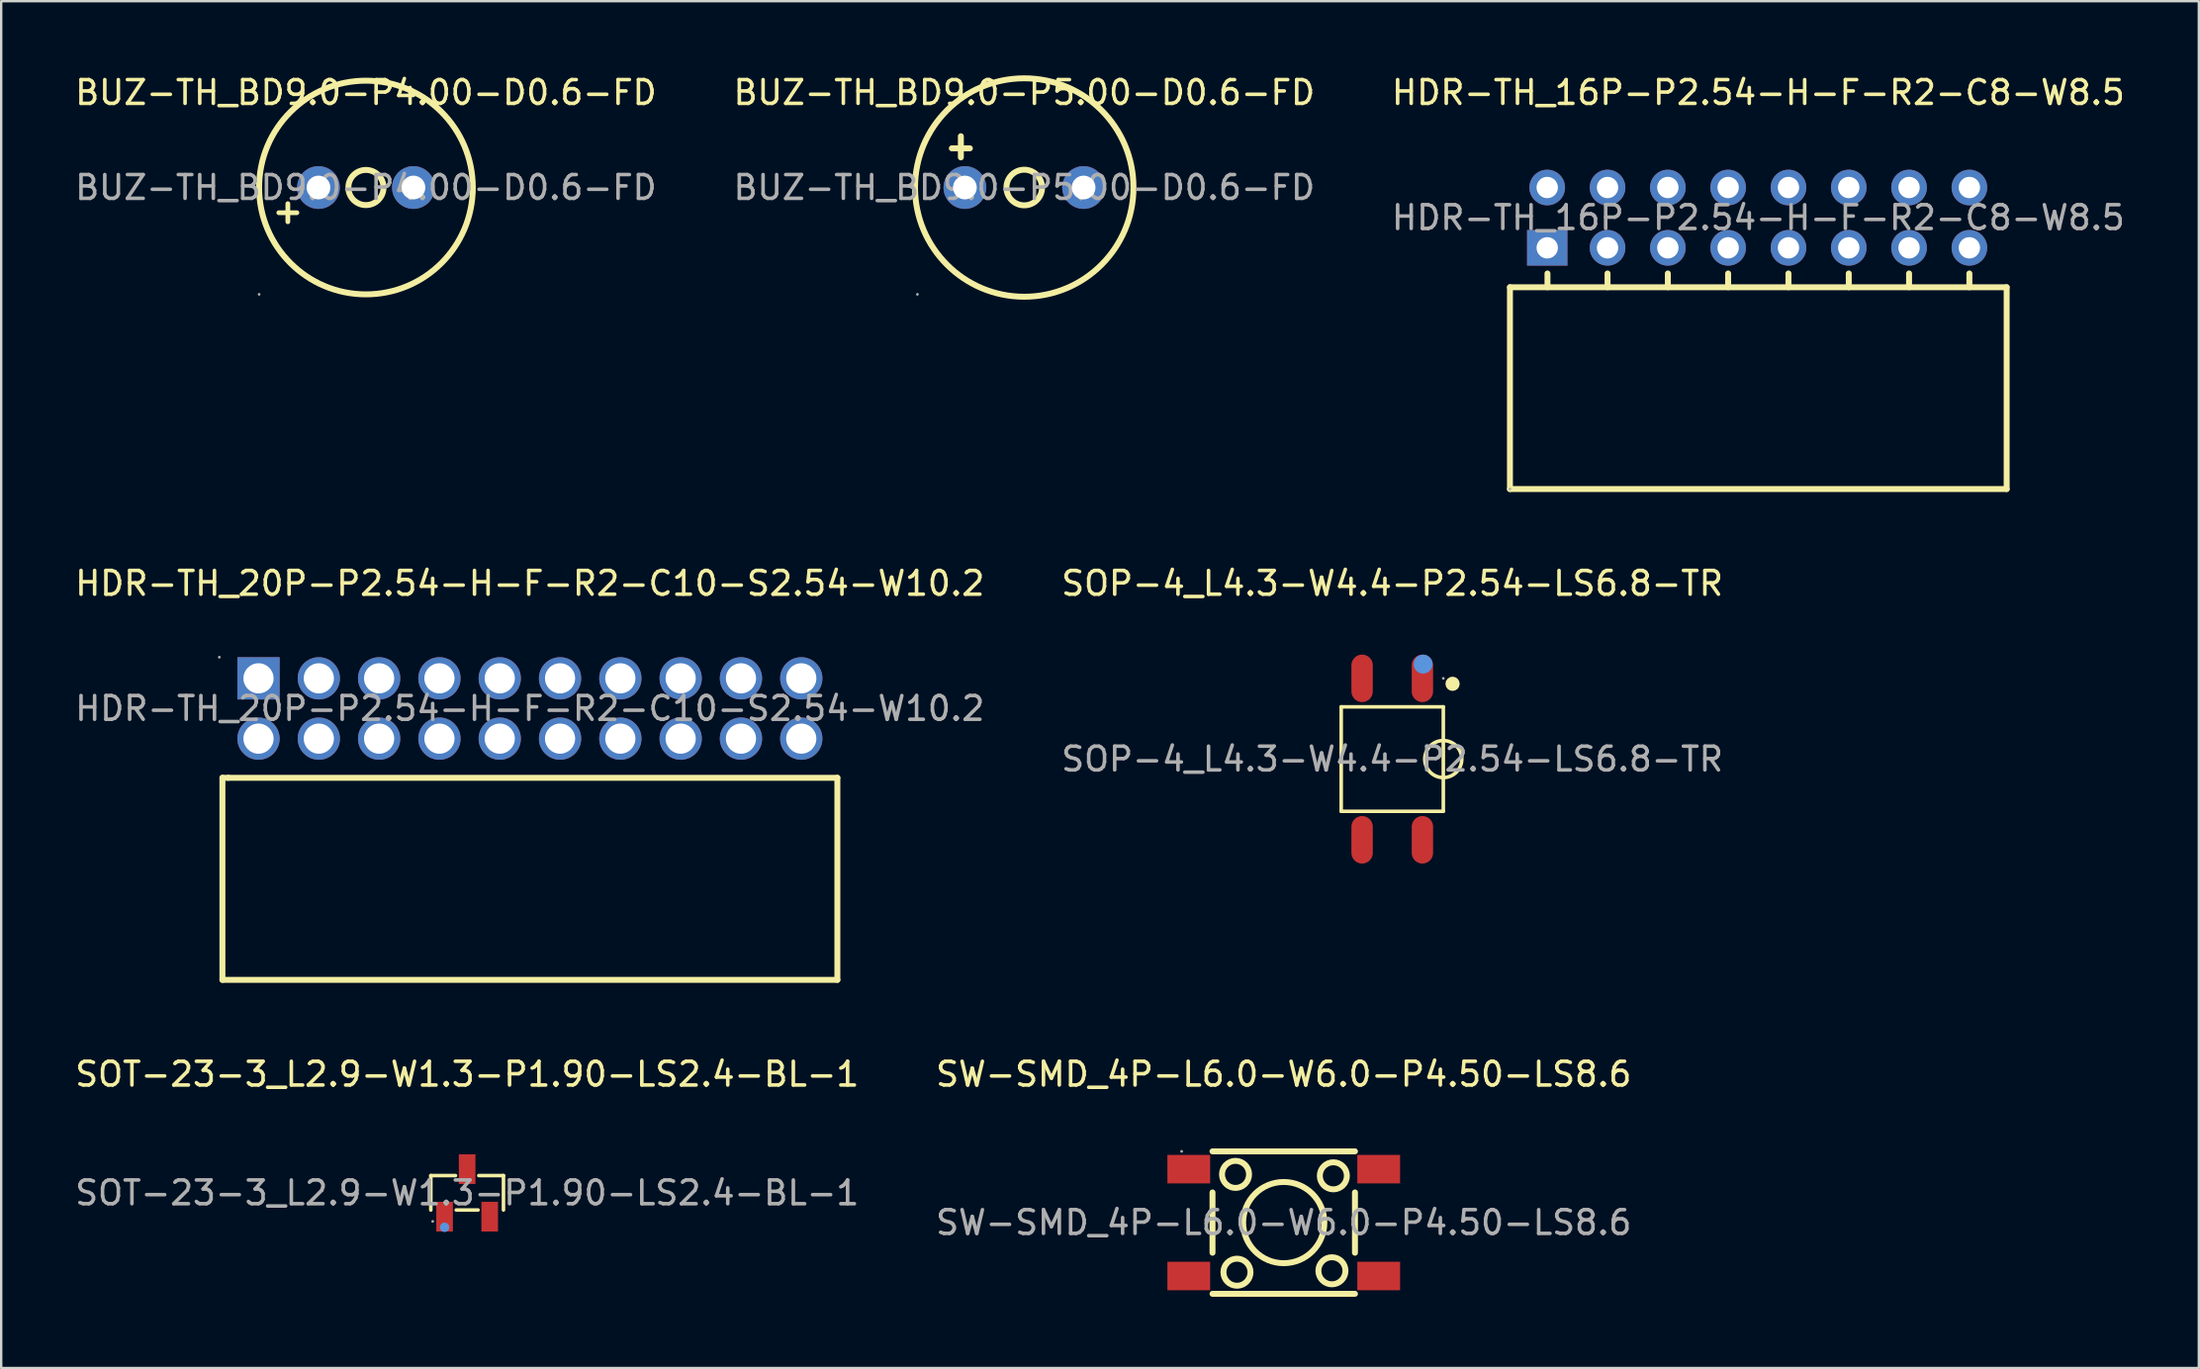
<source format=kicad_pcb>
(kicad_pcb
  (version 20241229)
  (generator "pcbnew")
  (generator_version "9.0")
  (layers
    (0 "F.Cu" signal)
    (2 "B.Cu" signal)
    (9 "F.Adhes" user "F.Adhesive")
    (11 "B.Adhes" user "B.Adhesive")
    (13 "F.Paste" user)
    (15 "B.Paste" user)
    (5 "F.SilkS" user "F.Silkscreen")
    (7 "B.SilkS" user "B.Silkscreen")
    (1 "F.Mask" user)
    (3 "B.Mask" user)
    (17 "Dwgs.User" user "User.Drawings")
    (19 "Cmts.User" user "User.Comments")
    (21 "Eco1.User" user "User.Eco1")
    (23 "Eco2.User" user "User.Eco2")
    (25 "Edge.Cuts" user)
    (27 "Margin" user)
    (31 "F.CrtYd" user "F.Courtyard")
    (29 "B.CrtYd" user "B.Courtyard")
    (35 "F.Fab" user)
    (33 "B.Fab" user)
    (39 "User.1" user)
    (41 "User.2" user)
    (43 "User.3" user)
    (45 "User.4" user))
  (footprint "SOT-23-3_L2.9-W1.3-P1.90-LS2.4-BL-1"
    (layer "F.Cu")
    (at 16.625 47.195)
    (property "Reference" "SOT-23-3_L2.9-W1.3-P1.90-LS2.4-BL-1" (at 0 -5 0) (layer "F.SilkS") (effects (font (size 1 1) (thickness 0.15))))
    (attr smd)
    (fp_line (start -1.53 -0.73) (end -0.49 -0.73) (stroke (width 0.15) (type solid)) (layer "F.SilkS"))
    (fp_line (start -1.53 0.72) (end -1.53 -0.73) (stroke (width 0.15) (type solid)) (layer "F.SilkS"))
    (fp_line (start 0.46 0.72) (end -0.46 0.72) (stroke (width 0.15) (type solid)) (layer "F.SilkS"))
    (fp_line (start 1.53 -0.73) (end 0.49 -0.73) (stroke (width 0.15) (type solid)) (layer "F.SilkS"))
    (fp_line (start 1.53 0.72) (end 1.53 -0.73) (stroke (width 0.15) (type solid)) (layer "F.SilkS"))
    (fp_circle (center -0.95 1.45) (end -0.85 1.45) (stroke (width 0.2) (type solid)) (fill no) (layer "Cmts.User"))
    (fp_circle (center -1.45 1.2) (end -1.42 1.2) (stroke (width 0.06) (type solid)) (fill no) (layer "F.Fab"))
    (fp_text user "${REFERENCE}" (at 0 0 0) (layer "F.Fab") (effects (font (size 1 1) (thickness 0.15))))
    (pad "1" smd rect (at -0.95 1 270) (size 1.25 0.7) (layers "F.Cu" "F.Mask" "F.Paste"))
    (pad "2" smd rect (at 0.95 1 270) (size 1.25 0.7) (layers "F.Cu" "F.Mask" "F.Paste"))
    (pad "3" smd rect (at 0 -1 270) (size 1.25 0.7) (layers "F.Cu" "F.Mask" "F.Paste")))
  (footprint "SOP-4_L4.3-W4.4-P2.54-LS6.8-TR"
    (layer "F.Cu")
    (at 55.589 28.922)
    (property "Reference" "SOP-4_L4.3-W4.4-P2.54-LS6.8-TR" (at 0 -7.4 0) (layer "F.SilkS") (effects (font (size 1 1) (thickness 0.15))))
    (attr smd)
    (fp_line (start -2.15 -2.2) (end 2.15 -2.2) (stroke (width 0.15) (type solid)) (layer "F.SilkS"))
    (fp_line (start -2.15 2.2) (end -2.15 -2.2) (stroke (width 0.15) (type solid)) (layer "F.SilkS"))
    (fp_line (start 2.15 -2.2) (end 2.15 2.2) (stroke (width 0.15) (type solid)) (layer "F.SilkS"))
    (fp_line (start 2.15 2.2) (end -2.15 2.2) (stroke (width 0.15) (type solid)) (layer "F.SilkS"))
    (fp_arc (start 2.136387 0.779881) (mid 2.156807 -0.77997) (end 2.15 0.78) (stroke (width 0.15) (type solid)) (layer "F.SilkS"))
    (fp_arc (start 2.54 -3.17) (mid 2.54 -3.17) (end 2.54 -3.17) (stroke (width 0.3) (type solid)) (layer "F.SilkS"))
    (fp_circle (center 1.3 -4) (end 1.5 -4) (stroke (width 0.4) (type solid)) (fill no) (layer "Cmts.User"))
    (fp_circle (center 2.15 -3.4) (end 2.18 -3.4) (stroke (width 0.06) (type solid)) (fill no) (layer "F.Fab"))
    (fp_text user "${REFERENCE}" (at 0 0 0) (layer "F.Fab") (effects (font (size 1 1) (thickness 0.15))))
    (pad "1" smd oval (at 1.27 -3.4) (size 0.9 2) (layers "F.Cu" "F.Mask" "F.Paste"))
    (pad "2" smd oval (at -1.27 -3.4) (size 0.9 2) (layers "F.Cu" "F.Mask" "F.Paste"))
    (pad "3" smd oval (at -1.27 3.4) (size 0.9 2) (layers "F.Cu" "F.Mask" "F.Paste"))
    (pad "4" smd oval (at 1.27 3.4) (size 0.9 2) (layers "F.Cu" "F.Mask" "F.Paste")))
  (footprint "BUZ-TH_BD9.0-P5.00-D0.6-FD"
    (layer "F.Cu")
    (at 40.089 4.848)
    (property "Reference" "BUZ-TH_BD9.0-P5.00-D0.6-FD" (at 0 -4 0) (layer "F.SilkS") (effects (font (size 1 1) (thickness 0.15))))
    (attr through_hole)
    (fp_line (start -3.05 -1.65) (end -2.29 -1.65) (stroke (width 0.25) (type solid)) (layer "F.SilkS"))
    (fp_line (start -2.67 -2.16) (end -2.67 -1.27) (stroke (width 0.25) (type solid)) (layer "F.SilkS"))
    (fp_circle (center 0 0) (end 0.75 0) (stroke (width 0.25) (type solid)) (fill no) (layer "F.SilkS"))
    (fp_circle (center 0 0) (end 4.6 0) (stroke (width 0.25) (type solid)) (fill no) (layer "F.SilkS"))
    (fp_circle (center -4.5 4.5) (end -4.47 4.5) (stroke (width 0.06) (type solid)) (fill no) (layer "F.Fab"))
    (fp_circle (center -2.5 0) (end -2.35 0) (stroke (width 0.3) (type solid)) (fill no) (layer "F.Fab"))
    (fp_circle (center 2.5 0) (end 2.65 0) (stroke (width 0.3) (type solid)) (fill no) (layer "F.Fab"))
    (fp_text user "${REFERENCE}" (at 0 0 0) (layer "F.Fab") (effects (font (size 1 1) (thickness 0.15))))
    (pad "1" thru_hole circle (at -2.5 0) (size 1.8 1.8) (drill 1) (layers "*.Cu" "*.Mask"))
    (pad "2" thru_hole circle (at 2.5 0) (size 1.8 1.8) (drill 1) (layers "*.Cu" "*.Mask")))
  (footprint "BUZ-TH_BD9.0-P4.00-D0.6-FD"
    (layer "F.Cu")
    (at 12.363 4.848)
    (property "Reference" "BUZ-TH_BD9.0-P4.00-D0.6-FD" (at 0 -4 0) (layer "F.SilkS") (effects (font (size 1 1) (thickness 0.15))))
    (attr through_hole)
    (fp_circle (center 0 0) (end 0.74 0) (stroke (width 0.25) (type solid)) (fill no) (layer "F.SilkS"))
    (fp_circle (center 0 0) (end 4.5 0) (stroke (width 0.25) (type solid)) (fill no) (layer "F.SilkS"))
    (fp_circle (center -4.5 4.5) (end -4.47 4.5) (stroke (width 0.06) (type solid)) (fill no) (layer "F.Fab"))
    (fp_circle (center -2 0) (end -1.85 0) (stroke (width 0.3) (type solid)) (fill no) (layer "F.Fab"))
    (fp_circle (center 2 0) (end 2.15 0) (stroke (width 0.3) (type solid)) (fill no) (layer "F.Fab"))
    (fp_text user "+" (at -4.04 0.99 0) (layer "F.SilkS") (effects (font (size 1 1) (thickness 0.2)) (justify left)))
    (fp_text user "${REFERENCE}" (at 0 0 0) (layer "F.Fab") (effects (font (size 1 1) (thickness 0.15))))
    (pad "1" thru_hole circle (at -2 0) (size 1.8 1.8) (drill 1) (layers "*.Cu" "*.Mask"))
    (pad "2" thru_hole circle (at 2 0) (size 1.8 1.8) (drill 1) (layers "*.Cu" "*.Mask")))
  (footprint "HDR-TH_20P-P2.54-H-F-R2-C10-S2.54-W10.2"
    (layer "F.Cu")
    (at 19.268 26.791)
    (property "Reference" "HDR-TH_20P-P2.54-H-F-R2-C10-S2.54-W10.2" (at 0 -5.27 0) (layer "F.SilkS") (effects (font (size 1 1) (thickness 0.15))))
    (attr through_hole)
    (fp_line (start -12.95 2.92) (end -12.7 2.92) (stroke (width 0.25) (type solid)) (layer "F.SilkS"))
    (fp_line (start -12.95 11.43) (end -12.95 2.92) (stroke (width 0.25) (type solid)) (layer "F.SilkS"))
    (fp_line (start -12.7 2.92) (end 12.95 2.92) (stroke (width 0.25) (type solid)) (layer "F.SilkS"))
    (fp_line (start 12.95 2.92) (end 12.95 11.43) (stroke (width 0.25) (type solid)) (layer "F.SilkS"))
    (fp_line (start 12.95 11.43) (end -12.95 11.43) (stroke (width 0.25) (type solid)) (layer "F.SilkS"))
    (fp_circle (center -13.08 -2.16) (end -13.05 -2.16) (stroke (width 0.06) (type solid)) (fill no) (layer "F.Fab"))
    (fp_circle (center -11.43 -1.27) (end -11.16 -1.27) (stroke (width 0.54) (type solid)) (fill no) (layer "F.Fab"))
    (fp_circle (center -11.43 1.27) (end -11.16 1.27) (stroke (width 0.54) (type solid)) (fill no) (layer "F.Fab"))
    (fp_circle (center -8.89 -1.27) (end -8.62 -1.27) (stroke (width 0.54) (type solid)) (fill no) (layer "F.Fab"))
    (fp_circle (center -8.89 1.27) (end -8.62 1.27) (stroke (width 0.54) (type solid)) (fill no) (layer "F.Fab"))
    (fp_circle (center -6.35 -1.27) (end -6.08 -1.27) (stroke (width 0.54) (type solid)) (fill no) (layer "F.Fab"))
    (fp_circle (center -6.35 1.27) (end -6.08 1.27) (stroke (width 0.54) (type solid)) (fill no) (layer "F.Fab"))
    (fp_circle (center -3.81 -1.27) (end -3.54 -1.27) (stroke (width 0.54) (type solid)) (fill no) (layer "F.Fab"))
    (fp_circle (center -3.81 1.27) (end -3.54 1.27) (stroke (width 0.54) (type solid)) (fill no) (layer "F.Fab"))
    (fp_circle (center -1.27 -1.27) (end -1 -1.27) (stroke (width 0.54) (type solid)) (fill no) (layer "F.Fab"))
    (fp_circle (center -1.27 1.27) (end -1 1.27) (stroke (width 0.54) (type solid)) (fill no) (layer "F.Fab"))
    (fp_circle (center 1.27 -1.27) (end 1.54 -1.27) (stroke (width 0.54) (type solid)) (fill no) (layer "F.Fab"))
    (fp_circle (center 1.27 1.27) (end 1.54 1.27) (stroke (width 0.54) (type solid)) (fill no) (layer "F.Fab"))
    (fp_circle (center 3.81 -1.27) (end 4.08 -1.27) (stroke (width 0.54) (type solid)) (fill no) (layer "F.Fab"))
    (fp_circle (center 3.81 1.27) (end 4.08 1.27) (stroke (width 0.54) (type solid)) (fill no) (layer "F.Fab"))
    (fp_circle (center 6.35 -1.27) (end 6.62 -1.27) (stroke (width 0.54) (type solid)) (fill no) (layer "F.Fab"))
    (fp_circle (center 6.35 1.27) (end 6.62 1.27) (stroke (width 0.54) (type solid)) (fill no) (layer "F.Fab"))
    (fp_circle (center 8.89 -1.27) (end 9.16 -1.27) (stroke (width 0.54) (type solid)) (fill no) (layer "F.Fab"))
    (fp_circle (center 8.89 1.27) (end 9.16 1.27) (stroke (width 0.54) (type solid)) (fill no) (layer "F.Fab"))
    (fp_circle (center 11.43 -1.27) (end 11.7 -1.27) (stroke (width 0.54) (type solid)) (fill no) (layer "F.Fab"))
    (fp_circle (center 11.43 1.27) (end 11.7 1.27) (stroke (width 0.54) (type solid)) (fill no) (layer "F.Fab"))
    (fp_text user "${REFERENCE}" (at 0 0 0) (layer "F.Fab") (effects (font (size 1 1) (thickness 0.15))))
    (pad "1" thru_hole rect (at -11.43 -1.27) (size 1.78 1.78) (drill 1.27) (layers "*.Cu" "*.Mask"))
    (pad "2" thru_hole circle (at -11.43 1.27) (size 1.78 1.78) (drill 1.27) (layers "*.Cu" "*.Mask"))
    (pad "3" thru_hole circle (at -8.89 -1.27) (size 1.78 1.78) (drill 1.27) (layers "*.Cu" "*.Mask"))
    (pad "4" thru_hole circle (at -8.89 1.27) (size 1.78 1.78) (drill 1.27) (layers "*.Cu" "*.Mask"))
    (pad "5" thru_hole circle (at -6.35 -1.27) (size 1.78 1.78) (drill 1.27) (layers "*.Cu" "*.Mask"))
    (pad "6" thru_hole circle (at -6.35 1.27) (size 1.78 1.78) (drill 1.27) (layers "*.Cu" "*.Mask"))
    (pad "7" thru_hole circle (at -3.81 -1.27) (size 1.78 1.78) (drill 1.27) (layers "*.Cu" "*.Mask"))
    (pad "8" thru_hole circle (at -3.81 1.27) (size 1.78 1.78) (drill 1.27) (layers "*.Cu" "*.Mask"))
    (pad "9" thru_hole circle (at -1.27 -1.27) (size 1.78 1.78) (drill 1.27) (layers "*.Cu" "*.Mask"))
    (pad "10" thru_hole circle (at -1.27 1.27) (size 1.78 1.78) (drill 1.27) (layers "*.Cu" "*.Mask"))
    (pad "11" thru_hole circle (at 1.27 -1.27) (size 1.78 1.78) (drill 1.27) (layers "*.Cu" "*.Mask"))
    (pad "12" thru_hole circle (at 1.27 1.27) (size 1.78 1.78) (drill 1.27) (layers "*.Cu" "*.Mask"))
    (pad "13" thru_hole circle (at 3.81 -1.27) (size 1.78 1.78) (drill 1.27) (layers "*.Cu" "*.Mask"))
    (pad "14" thru_hole circle (at 3.81 1.27) (size 1.78 1.78) (drill 1.27) (layers "*.Cu" "*.Mask"))
    (pad "15" thru_hole circle (at 6.35 -1.27) (size 1.78 1.78) (drill 1.27) (layers "*.Cu" "*.Mask"))
    (pad "16" thru_hole circle (at 6.35 1.27) (size 1.78 1.78) (drill 1.27) (layers "*.Cu" "*.Mask"))
    (pad "17" thru_hole circle (at 8.89 -1.27) (size 1.78 1.78) (drill 1.27) (layers "*.Cu" "*.Mask"))
    (pad "18" thru_hole circle (at 8.89 1.27) (size 1.78 1.78) (drill 1.27) (layers "*.Cu" "*.Mask"))
    (pad "19" thru_hole circle (at 11.43 -1.27) (size 1.78 1.78) (drill 1.27) (layers "*.Cu" "*.Mask"))
    (pad "20" thru_hole circle (at 11.43 1.27) (size 1.78 1.78) (drill 1.27) (layers "*.Cu" "*.Mask")))
  (footprint "SW-SMD_4P-L6.0-W6.0-P4.50-LS8.6"
    (layer "F.Cu")
    (at 51.018 48.445)
    (property "Reference" "SW-SMD_4P-L6.0-W6.0-P4.50-LS8.6" (at 0 -6.25 0) (layer "F.SilkS") (effects (font (size 1 1) (thickness 0.15))))
    (attr smd)
    (fp_line (start -3 -3) (end 3 -3) (stroke (width 0.25) (type solid)) (layer "F.SilkS"))
    (fp_line (start -3 -1.27) (end -3 1.27) (stroke (width 0.25) (type solid)) (layer "F.SilkS"))
    (fp_line (start -3 3) (end 3 3) (stroke (width 0.25) (type solid)) (layer "F.SilkS"))
    (fp_line (start 3 -1.27) (end 3 1.27) (stroke (width 0.25) (type solid)) (layer "F.SilkS"))
    (fp_circle (center -2.03 -2.03) (end -1.46 -2.03) (stroke (width 0.25) (type solid)) (fill no) (layer "F.SilkS"))
    (fp_circle (center -1.97 2.09) (end -1.4 2.09) (stroke (width 0.25) (type solid)) (fill no) (layer "F.SilkS"))
    (fp_circle (center 0 0) (end 1.71 0) (stroke (width 0.25) (type solid)) (fill no) (layer "F.SilkS"))
    (fp_circle (center 2.03 2.03) (end 2.6 2.03) (stroke (width 0.25) (type solid)) (fill no) (layer "F.SilkS"))
    (fp_circle (center 2.09 -1.97) (end 2.66 -1.97) (stroke (width 0.25) (type solid)) (fill no) (layer "F.SilkS"))
    (fp_circle (center -4.3 -3) (end -4.27 -3) (stroke (width 0.06) (type solid)) (fill no) (layer "F.Fab"))
    (fp_text user "${REFERENCE}" (at 0 0 0) (layer "F.Fab") (effects (font (size 1 1) (thickness 0.15))))
    (pad "1" smd rect (at -4 -2.25) (size 1.8 1.2) (layers "F.Cu" "F.Mask" "F.Paste"))
    (pad "2" smd rect (at 4 -2.25) (size 1.8 1.2) (layers "F.Cu" "F.Mask" "F.Paste"))
    (pad "3" smd rect (at -4 2.25) (size 1.8 1.2) (layers "F.Cu" "F.Mask" "F.Paste"))
    (pad "4" smd rect (at 4 2.25) (size 1.8 1.2) (layers "F.Cu" "F.Mask" "F.Paste")))
  (footprint "HDR-TH_16P-P2.54-H-F-R2-C8-W8.5"
    (layer "F.Cu")
    (at 71.006 6.118)
    (property "Reference" "HDR-TH_16P-P2.54-H-F-R2-C8-W8.5" (at 0 -5.27 0) (layer "F.SilkS") (effects (font (size 1 1) (thickness 0.15))))
    (attr through_hole)
    (fp_line (start -10.46 2.93) (end 10.46 2.93) (stroke (width 0.25) (type solid)) (layer "F.SilkS"))
    (fp_line (start -10.46 11.43) (end -10.46 2.93) (stroke (width 0.25) (type solid)) (layer "F.SilkS"))
    (fp_line (start -10.46 11.43) (end 10.46 11.43) (stroke (width 0.25) (type solid)) (layer "F.SilkS"))
    (fp_line (start -8.88 2.93) (end -8.88 2.35) (stroke (width 0.25) (type solid)) (layer "F.SilkS"))
    (fp_line (start -6.35 2.35) (end -6.35 2.93) (stroke (width 0.25) (type solid)) (layer "F.SilkS"))
    (fp_line (start -3.81 2.35) (end -3.81 2.93) (stroke (width 0.25) (type solid)) (layer "F.SilkS"))
    (fp_line (start -1.27 2.35) (end -1.27 2.93) (stroke (width 0.25) (type solid)) (layer "F.SilkS"))
    (fp_line (start 1.27 2.35) (end 1.27 2.93) (stroke (width 0.25) (type solid)) (layer "F.SilkS"))
    (fp_line (start 3.81 2.35) (end 3.81 2.93) (stroke (width 0.25) (type solid)) (layer "F.SilkS"))
    (fp_line (start 6.35 2.35) (end 6.35 2.93) (stroke (width 0.25) (type solid)) (layer "F.SilkS"))
    (fp_line (start 8.89 2.35) (end 8.89 2.93) (stroke (width 0.25) (type solid)) (layer "F.SilkS"))
    (fp_line (start 10.46 2.93) (end 10.46 11.43) (stroke (width 0.25) (type solid)) (layer "F.SilkS"))
    (fp_circle (center -10.46 11.43) (end -10.43 11.43) (stroke (width 0.06) (type solid)) (fill no) (layer "F.Fab"))
    (fp_text user "${REFERENCE}" (at 0 0 0) (layer "F.Fab") (effects (font (size 1 1) (thickness 0.15))))
    (pad "1" thru_hole rect (at -8.89 1.27) (size 1.7 1.5) (drill 0.9) (layers "*.Cu" "*.Mask"))
    (pad "2" thru_hole circle (at -8.89 -1.27) (size 1.5 1.5) (drill 0.9) (layers "*.Cu" "*.Mask"))
    (pad "3" thru_hole circle (at -6.35 1.27) (size 1.5 1.5) (drill 0.9) (layers "*.Cu" "*.Mask"))
    (pad "4" thru_hole circle (at -6.35 -1.27) (size 1.5 1.5) (drill 0.9) (layers "*.Cu" "*.Mask"))
    (pad "5" thru_hole circle (at -3.81 1.27) (size 1.5 1.5) (drill 0.9) (layers "*.Cu" "*.Mask"))
    (pad "6" thru_hole circle (at -3.81 -1.27) (size 1.5 1.5) (drill 0.9) (layers "*.Cu" "*.Mask"))
    (pad "7" thru_hole circle (at -1.27 1.27) (size 1.5 1.5) (drill 0.9) (layers "*.Cu" "*.Mask"))
    (pad "8" thru_hole circle (at -1.27 -1.27) (size 1.5 1.5) (drill 0.9) (layers "*.Cu" "*.Mask"))
    (pad "9" thru_hole circle (at 1.27 1.27) (size 1.5 1.5) (drill 0.9) (layers "*.Cu" "*.Mask"))
    (pad "10" thru_hole circle (at 1.27 -1.27) (size 1.5 1.5) (drill 0.9) (layers "*.Cu" "*.Mask"))
    (pad "11" thru_hole circle (at 3.81 1.27) (size 1.5 1.5) (drill 0.9) (layers "*.Cu" "*.Mask"))
    (pad "12" thru_hole circle (at 3.81 -1.27) (size 1.5 1.5) (drill 0.9) (layers "*.Cu" "*.Mask"))
    (pad "13" thru_hole circle (at 6.35 1.27) (size 1.5 1.5) (drill 0.9) (layers "*.Cu" "*.Mask"))
    (pad "14" thru_hole circle (at 6.35 -1.27) (size 1.5 1.5) (drill 0.9) (layers "*.Cu" "*.Mask"))
    (pad "15" thru_hole circle (at 8.89 1.27) (size 1.5 1.5) (drill 0.9) (layers "*.Cu" "*.Mask"))
    (pad "16" thru_hole circle (at 8.89 -1.27) (size 1.5 1.5) (drill 0.9) (layers "*.Cu" "*.Mask")))
  (gr_rect
    (start -3 -3)
    (end 89.56 54.57)
    (stroke (width 0.1) (type default))
    (fill no)
    (layer "Edge.Cuts")))
</source>
